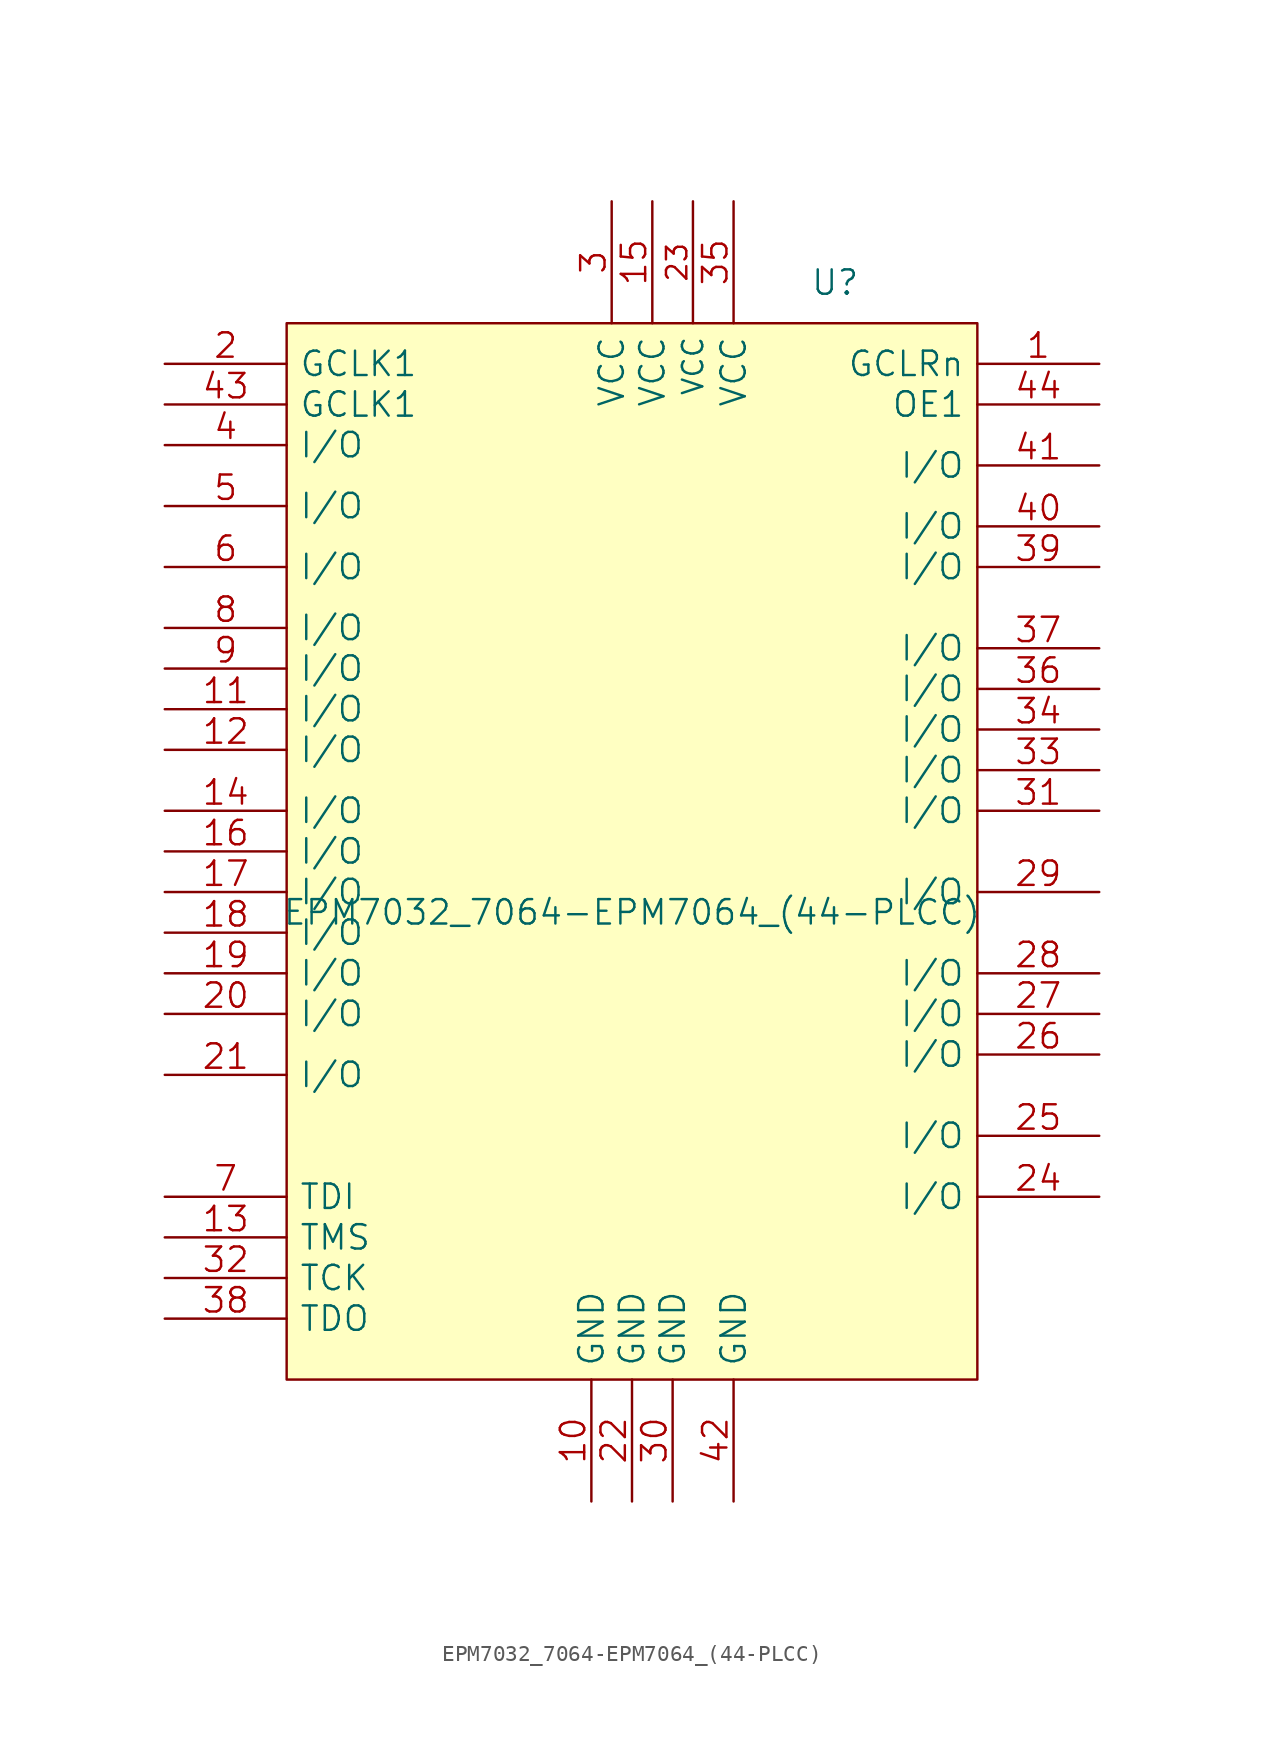
<source format=kicad_sym>
(kicad_symbol_lib
  (version 20211014)
  (generator kicad_symbol_editor)
  (symbol "EPM7032_7064-EPM7064_(44-PLCC)"
    (pin_names
      (offset 0.762))
    (property "Reference" "U"
      (at 12.7 35.56 0)
      (effects (font (size 1.524 1.524))))
    (property "Value" "EPM7032_7064-EPM7064_(44-PLCC)"
      (at 0 -3.81 0)
      (effects (font (size 1.524 1.524))))
    (property "Footprint" ""
      (at 0 0 0)
      (effects (font (size 1.524 1.524))))
    (property "Datasheet" ""
      (at 0 0 0)
      (effects (font (size 1.524 1.524))))
    (symbol "EPM7032_7064-EPM7064_(44-PLCC)_0_1"
      (rectangle (start -21.59 33.02) (end 21.59 -33.02) (stroke (width 0) (type default) (color 0 0 0 0)) (fill (type background))))
    (symbol "EPM7032_7064-EPM7064_(44-PLCC)_1_1"
      (pin bidirectional line (at 29.21 30.48 180) (length 7.62) (name "GCLRn" (effects (font (size 1.524 1.524)))) (number "1" (effects (font (size 1.524 1.524)))))
      (pin power_in line (at -2.54 -40.64 90) (length 7.62) (name "GND" (effects (font (size 1.524 1.524)))) (number "10" (effects (font (size 1.524 1.524)))))
      (pin bidirectional line (at -29.21 8.89 0) (length 7.62) (name "I/O" (effects (font (size 1.524 1.524)))) (number "11" (effects (font (size 1.524 1.524)))))
      (pin bidirectional line (at -29.21 6.35 0) (length 7.62) (name "I/O" (effects (font (size 1.524 1.524)))) (number "12" (effects (font (size 1.524 1.524)))))
      (pin input line (at -29.21 -24.13 0) (length 7.62) (name "TMS" (effects (font (size 1.524 1.524)))) (number "13" (effects (font (size 1.524 1.524)))))
      (pin bidirectional line (at -29.21 2.54 0) (length 7.62) (name "I/O" (effects (font (size 1.524 1.524)))) (number "14" (effects (font (size 1.524 1.524)))))
      (pin power_in line (at 1.27 40.64 270) (length 7.62) (name "VCC" (effects (font (size 1.524 1.524)))) (number "15" (effects (font (size 1.524 1.524)))))
      (pin bidirectional line (at -29.21 0 0) (length 7.62) (name "I/O" (effects (font (size 1.524 1.524)))) (number "16" (effects (font (size 1.524 1.524)))))
      (pin bidirectional line (at -29.21 -2.54 0) (length 7.62) (name "I/O" (effects (font (size 1.524 1.524)))) (number "17" (effects (font (size 1.524 1.524)))))
      (pin bidirectional line (at -29.21 -5.08 0) (length 7.62) (name "I/O" (effects (font (size 1.524 1.524)))) (number "18" (effects (font (size 1.524 1.524)))))
      (pin bidirectional line (at -29.21 -7.62 0) (length 7.62) (name "I/O" (effects (font (size 1.524 1.524)))) (number "19" (effects (font (size 1.524 1.524)))))
      (pin bidirectional line (at -29.21 30.48 0) (length 7.62) (name "GCLK1" (effects (font (size 1.524 1.524)))) (number "2" (effects (font (size 1.524 1.524)))))
      (pin bidirectional line (at -29.21 -10.16 0) (length 7.62) (name "I/O" (effects (font (size 1.524 1.524)))) (number "20" (effects (font (size 1.524 1.524)))))
      (pin bidirectional line (at -29.21 -13.97 0) (length 7.62) (name "I/O" (effects (font (size 1.524 1.524)))) (number "21" (effects (font (size 1.524 1.524)))))
      (pin power_in line (at 0 -40.64 90) (length 7.62) (name "GND" (effects (font (size 1.524 1.524)))) (number "22" (effects (font (size 1.524 1.524)))))
      (pin power_in line (at 3.81 40.64 270) (length 7.62) (name "VCC" (effects (font (size 1.27 1.27)))) (number "23" (effects (font (size 1.27 1.27)))))
      (pin bidirectional line (at 29.21 -21.59 180) (length 7.62) (name "I/O" (effects (font (size 1.524 1.524)))) (number "24" (effects (font (size 1.524 1.524)))))
      (pin bidirectional line (at 29.21 -17.78 180) (length 7.62) (name "I/O" (effects (font (size 1.524 1.524)))) (number "25" (effects (font (size 1.524 1.524)))))
      (pin bidirectional line (at 29.21 -12.7 180) (length 7.62) (name "I/O" (effects (font (size 1.524 1.524)))) (number "26" (effects (font (size 1.524 1.524)))))
      (pin bidirectional line (at 29.21 -10.16 180) (length 7.62) (name "I/O" (effects (font (size 1.524 1.524)))) (number "27" (effects (font (size 1.524 1.524)))))
      (pin bidirectional line (at 29.21 -7.62 180) (length 7.62) (name "I/O" (effects (font (size 1.524 1.524)))) (number "28" (effects (font (size 1.524 1.524)))))
      (pin bidirectional line (at 29.21 -2.54 180) (length 7.62) (name "I/O" (effects (font (size 1.524 1.524)))) (number "29" (effects (font (size 1.524 1.524)))))
      (pin power_in line (at -1.27 40.64 270) (length 7.62) (name "VCC" (effects (font (size 1.524 1.524)))) (number "3" (effects (font (size 1.524 1.524)))))
      (pin power_in line (at 2.54 -40.64 90) (length 7.62) (name "GND" (effects (font (size 1.524 1.524)))) (number "30" (effects (font (size 1.524 1.524)))))
      (pin bidirectional line (at 29.21 2.54 180) (length 7.62) (name "I/O" (effects (font (size 1.524 1.524)))) (number "31" (effects (font (size 1.524 1.524)))))
      (pin input line (at -29.21 -26.67 0) (length 7.62) (name "TCK" (effects (font (size 1.524 1.524)))) (number "32" (effects (font (size 1.524 1.524)))))
      (pin bidirectional line (at 29.21 5.08 180) (length 7.62) (name "I/O" (effects (font (size 1.524 1.524)))) (number "33" (effects (font (size 1.524 1.524)))))
      (pin bidirectional line (at 29.21 7.62 180) (length 7.62) (name "I/O" (effects (font (size 1.524 1.524)))) (number "34" (effects (font (size 1.524 1.524)))))
      (pin power_in line (at 6.35 40.64 270) (length 7.62) (name "VCC" (effects (font (size 1.524 1.524)))) (number "35" (effects (font (size 1.524 1.524)))))
      (pin bidirectional line (at 29.21 10.16 180) (length 7.62) (name "I/O" (effects (font (size 1.524 1.524)))) (number "36" (effects (font (size 1.524 1.524)))))
      (pin bidirectional line (at 29.21 12.7 180) (length 7.62) (name "I/O" (effects (font (size 1.524 1.524)))) (number "37" (effects (font (size 1.524 1.524)))))
      (pin bidirectional line (at -29.21 -29.21 0) (length 7.62) (name "TDO" (effects (font (size 1.524 1.524)))) (number "38" (effects (font (size 1.524 1.524)))))
      (pin bidirectional line (at 29.21 17.78 180) (length 7.62) (name "I/O" (effects (font (size 1.524 1.524)))) (number "39" (effects (font (size 1.524 1.524)))))
      (pin bidirectional line (at -29.21 25.4 0) (length 7.62) (name "I/O" (effects (font (size 1.524 1.524)))) (number "4" (effects (font (size 1.524 1.524)))))
      (pin bidirectional line (at 29.21 20.32 180) (length 7.62) (name "I/O" (effects (font (size 1.524 1.524)))) (number "40" (effects (font (size 1.524 1.524)))))
      (pin bidirectional line (at 29.21 24.13 180) (length 7.62) (name "I/O" (effects (font (size 1.524 1.524)))) (number "41" (effects (font (size 1.524 1.524)))))
      (pin power_in line (at 6.35 -40.64 90) (length 7.62) (name "GND" (effects (font (size 1.524 1.524)))) (number "42" (effects (font (size 1.524 1.524)))))
      (pin bidirectional line (at -29.21 27.94 0) (length 7.62) (name "GCLK1" (effects (font (size 1.524 1.524)))) (number "43" (effects (font (size 1.524 1.524)))))
      (pin bidirectional line (at 29.21 27.94 180) (length 7.62) (name "OE1" (effects (font (size 1.524 1.524)))) (number "44" (effects (font (size 1.524 1.524)))))
      (pin bidirectional line (at -29.21 21.59 0) (length 7.62) (name "I/O" (effects (font (size 1.524 1.524)))) (number "5" (effects (font (size 1.524 1.524)))))
      (pin bidirectional line (at -29.21 17.78 0) (length 7.62) (name "I/O" (effects (font (size 1.524 1.524)))) (number "6" (effects (font (size 1.524 1.524)))))
      (pin input line (at -29.21 -21.59 0) (length 7.62) (name "TDI" (effects (font (size 1.524 1.524)))) (number "7" (effects (font (size 1.524 1.524)))))
      (pin bidirectional line (at -29.21 13.97 0) (length 7.62) (name "I/O" (effects (font (size 1.524 1.524)))) (number "8" (effects (font (size 1.524 1.524)))))
      (pin bidirectional line (at -29.21 11.43 0) (length 7.62) (name "I/O" (effects (font (size 1.524 1.524)))) (number "9" (effects (font (size 1.524 1.524))))))))
</source>
